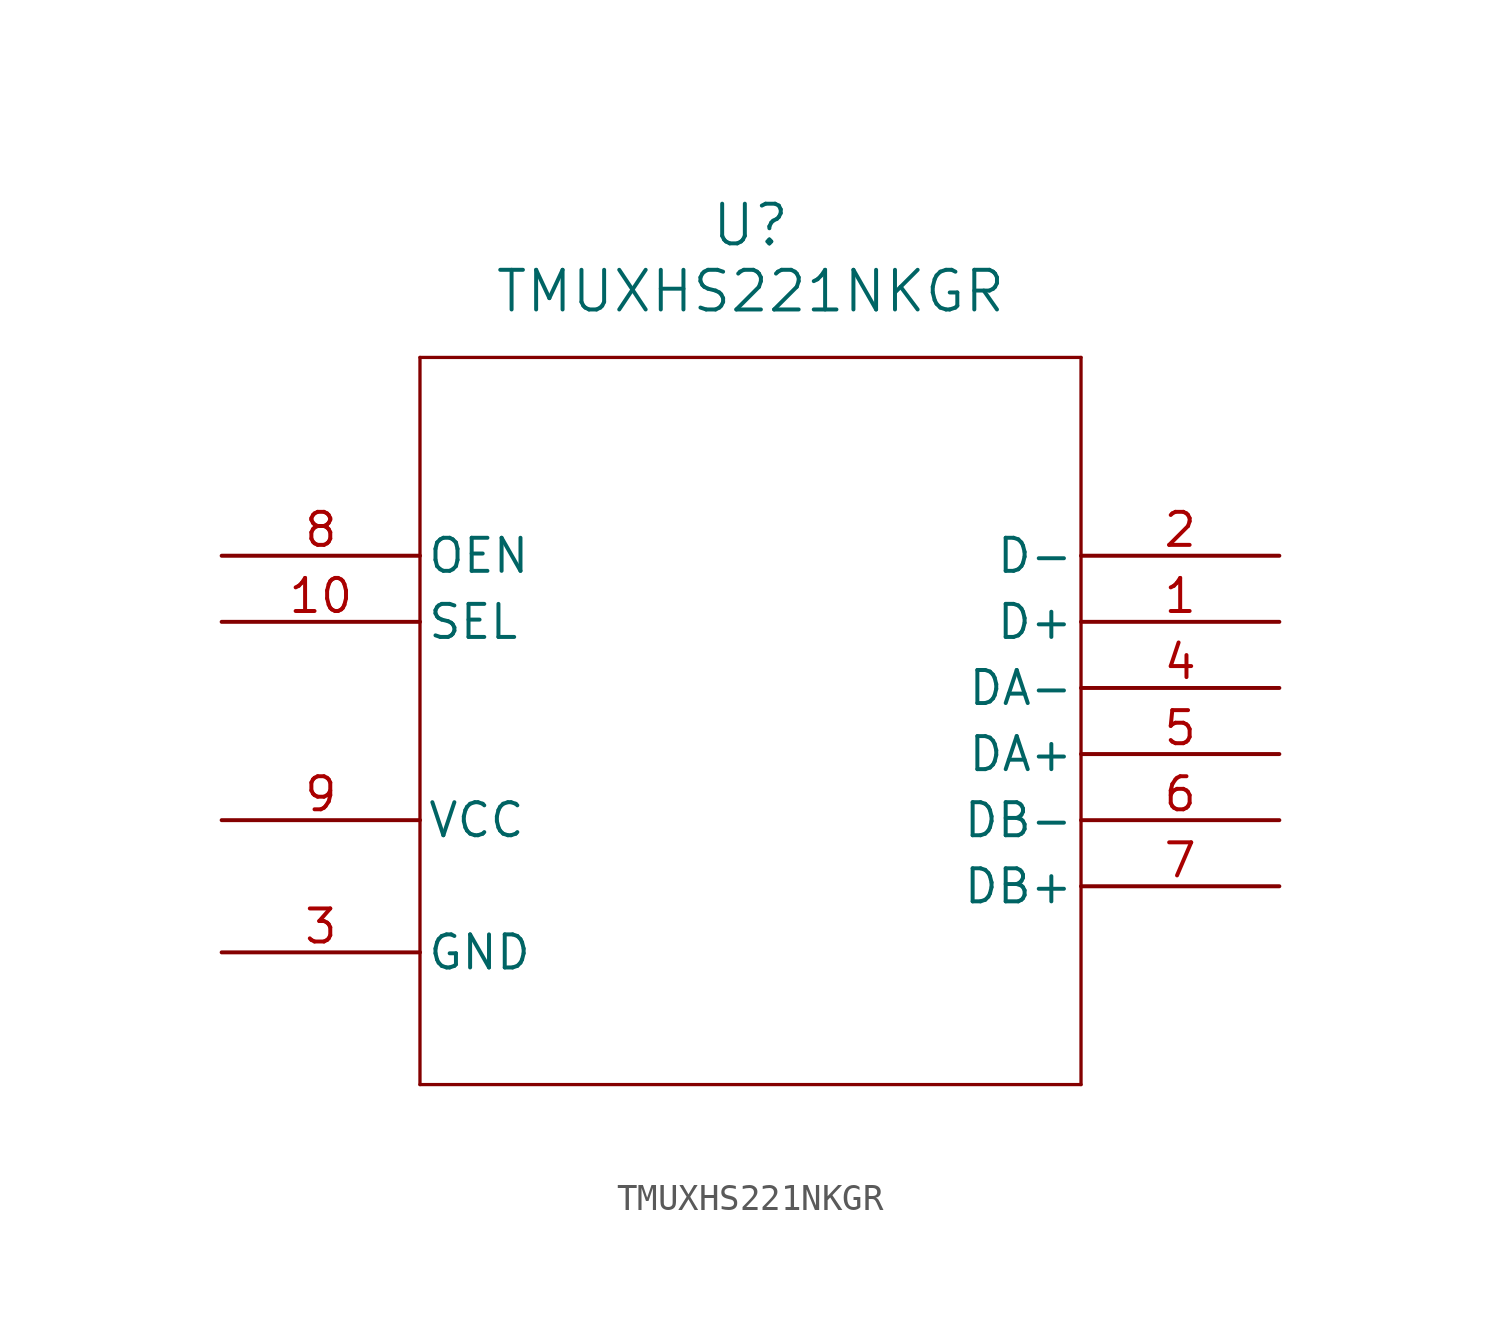
<source format=kicad_sym>
(kicad_symbol_lib
  (version 20211014)
  (generator kicad_symbol_editor)
  (symbol "TMUXHS221NKGR"
    (pin_names
      (offset 0.254))
    (property "Reference" "U"
      (at 20.32 12.7 0)
      (effects (font (size 1.524 1.524))))
    (property "Value" "TMUXHS221NKGR"
      (at 20.32 10.16 0)
      (effects (font (size 1.524 1.524))))
    (symbol "TMUXHS221NKGR_0_1"
      (polyline (pts (xy 7.62 7.62) (xy 7.62 -20.32)) (stroke (width 0.127) (type default) (color 0 0 0 0)) (fill (type none)))
      (polyline (pts (xy 7.62 -20.32) (xy 33.02 -20.32)) (stroke (width 0.127) (type default) (color 0 0 0 0)) (fill (type none)))
      (polyline (pts (xy 33.02 -20.32) (xy 33.02 7.62)) (stroke (width 0.127) (type default) (color 0 0 0 0)) (fill (type none)))
      (polyline (pts (xy 33.02 7.62) (xy 7.62 7.62)) (stroke (width 0.127) (type default) (color 0 0 0 0)) (fill (type none)))
      (pin unspecified line (at 40.64 -2.54 180) (length 7.62) (name "D+" (effects (font (size 1.27 1.27)))) (number "1" (effects (font (size 1.27 1.27)))))
      (pin unspecified line (at 40.64 0 180) (length 7.62) (name "D-" (effects (font (size 1.27 1.27)))) (number "2" (effects (font (size 1.27 1.27)))))
      (pin power_out line (at 0 -15.24 0) (length 7.62) (name "GND" (effects (font (size 1.27 1.27)))) (number "3" (effects (font (size 1.27 1.27)))))
      (pin unspecified line (at 40.64 -5.08 180) (length 7.62) (name "DA-" (effects (font (size 1.27 1.27)))) (number "4" (effects (font (size 1.27 1.27)))))
      (pin unspecified line (at 40.64 -7.62 180) (length 7.62) (name "DA+" (effects (font (size 1.27 1.27)))) (number "5" (effects (font (size 1.27 1.27)))))
      (pin unspecified line (at 40.64 -10.16 180) (length 7.62) (name "DB-" (effects (font (size 1.27 1.27)))) (number "6" (effects (font (size 1.27 1.27)))))
      (pin unspecified line (at 40.64 -12.7 180) (length 7.62) (name "DB+" (effects (font (size 1.27 1.27)))) (number "7" (effects (font (size 1.27 1.27)))))
      (pin unspecified line (at 0 0 0) (length 7.62) (name "OEN" (effects (font (size 1.27 1.27)))) (number "8" (effects (font (size 1.27 1.27)))))
      (pin power_in line (at 0 -10.16 0) (length 7.62) (name "VCC" (effects (font (size 1.27 1.27)))) (number "9" (effects (font (size 1.27 1.27)))))
      (pin unspecified line (at 0 -2.54 0) (length 7.62) (name "SEL" (effects (font (size 1.27 1.27)))) (number "10" (effects (font (size 1.27 1.27))))))))
</source>
